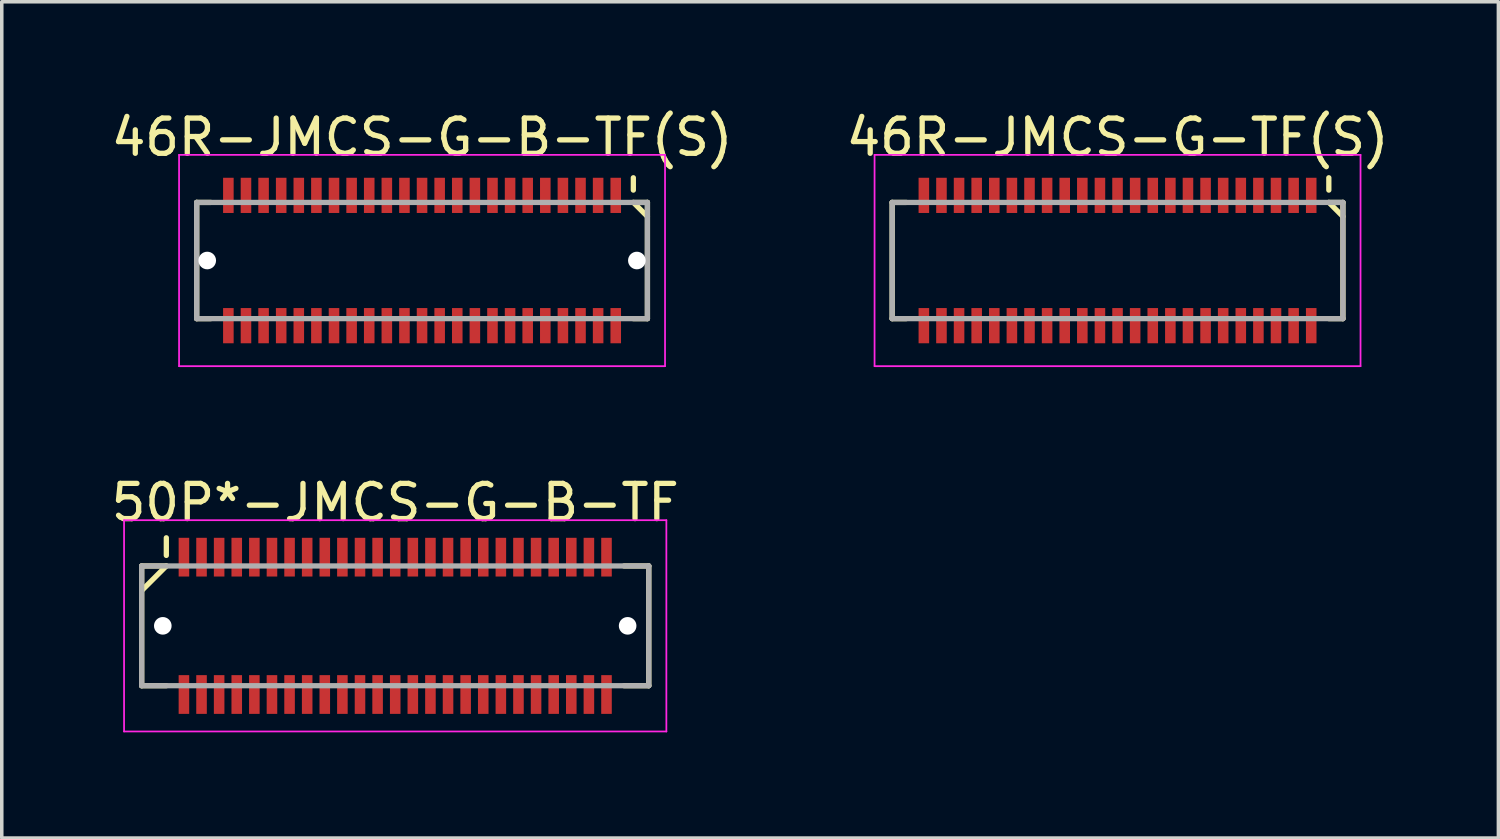
<source format=kicad_pcb>
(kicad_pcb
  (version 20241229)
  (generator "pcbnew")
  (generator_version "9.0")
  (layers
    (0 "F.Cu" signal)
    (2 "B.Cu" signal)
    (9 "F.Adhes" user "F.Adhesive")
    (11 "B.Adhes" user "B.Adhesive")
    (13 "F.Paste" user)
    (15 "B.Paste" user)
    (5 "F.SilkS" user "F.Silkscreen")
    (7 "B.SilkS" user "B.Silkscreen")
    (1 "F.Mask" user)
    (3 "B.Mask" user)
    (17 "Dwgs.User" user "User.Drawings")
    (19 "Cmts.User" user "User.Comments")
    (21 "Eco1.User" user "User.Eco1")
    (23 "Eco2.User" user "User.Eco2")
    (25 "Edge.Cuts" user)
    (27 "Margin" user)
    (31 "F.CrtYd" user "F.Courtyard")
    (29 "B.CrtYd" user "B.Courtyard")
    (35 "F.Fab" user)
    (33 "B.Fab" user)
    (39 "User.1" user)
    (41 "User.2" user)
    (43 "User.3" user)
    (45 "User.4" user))
  (footprint "50P*-JMCS-G-B-TF"
    (layer "F.Cu")
    (at 8.173 14.722)
    (property "Reference" "50P*-JMCS-G-B-TF" (at 0 -3.5 0) (layer "F.SilkS") (effects (font (size 1 1) (thickness 0.15))))
    (attr smd)
    (fp_line (start -7.2 -1.7) (end -7.2 1.7) (stroke (width 0.15) (type solid)) (layer "F.SilkS"))
    (fp_line (start -7.2 -1.7) (end -6.5 -1.7) (stroke (width 0.15) (type solid)) (layer "F.SilkS"))
    (fp_line (start -7.2 1.7) (end -6.5 1.7) (stroke (width 0.15) (type solid)) (layer "F.SilkS"))
    (fp_line (start -6.5 -2.5) (end -6.5 -2) (stroke (width 0.15) (type solid)) (layer "F.SilkS"))
    (fp_line (start -6.5 -1.7) (end -7.2 -1) (stroke (width 0.15) (type solid)) (layer "F.SilkS"))
    (fp_line (start 6.5 -1.7) (end 7.2 -1.7) (stroke (width 0.15) (type solid)) (layer "F.SilkS"))
    (fp_line (start 6.5 1.7) (end 7.2 1.7) (stroke (width 0.15) (type solid)) (layer "F.SilkS"))
    (fp_line (start 7.2 -1.7) (end 7.2 1.7) (stroke (width 0.15) (type solid)) (layer "F.SilkS"))
    (fp_line (start -7.7 -3) (end -7.7 3) (stroke (width 0.05) (type solid)) (layer "F.CrtYd"))
    (fp_line (start -7.7 -3) (end 7.7 -3) (stroke (width 0.05) (type solid)) (layer "F.CrtYd"))
    (fp_line (start -7.7 3) (end 7.7 3) (stroke (width 0.05) (type solid)) (layer "F.CrtYd"))
    (fp_line (start 7.7 -3) (end 7.7 3) (stroke (width 0.05) (type solid)) (layer "F.CrtYd"))
    (fp_line (start -7.2 -1.7) (end -7.2 1.7) (stroke (width 0.15) (type solid)) (layer "F.Fab"))
    (fp_line (start -7.2 -1.7) (end 7.2 -1.7) (stroke (width 0.15) (type solid)) (layer "F.Fab"))
    (fp_line (start -7.2 1.7) (end 7.2 1.7) (stroke (width 0.15) (type solid)) (layer "F.Fab"))
    (fp_line (start 7.2 -1.7) (end 7.2 1.7) (stroke (width 0.15) (type solid)) (layer "F.Fab"))
    (pad "" np_thru_hole circle (at -6.6 0) (size 0.5 0.5) (drill 0.5) (layers "*.Cu" "*.Mask"))
    (pad "" np_thru_hole circle (at 6.6 0) (size 0.5 0.5) (drill 0.5) (layers "*.Cu" "*.Mask"))
    (pad "1" smd rect (at -6 -1.95) (size 0.3 1.1) (layers "F.Cu" "F.Mask" "F.Paste"))
    (pad "2" smd rect (at -6 1.95) (size 0.3 1.1) (layers "F.Cu" "F.Mask" "F.Paste"))
    (pad "3" smd rect (at -5.5 -1.95) (size 0.3 1.1) (layers "F.Cu" "F.Mask" "F.Paste"))
    (pad "4" smd rect (at -5.5 1.95) (size 0.3 1.1) (layers "F.Cu" "F.Mask" "F.Paste"))
    (pad "5" smd rect (at -5 -1.95) (size 0.3 1.1) (layers "F.Cu" "F.Mask" "F.Paste"))
    (pad "6" smd rect (at -5 1.95) (size 0.3 1.1) (layers "F.Cu" "F.Mask" "F.Paste"))
    (pad "7" smd rect (at -4.5 -1.95) (size 0.3 1.1) (layers "F.Cu" "F.Mask" "F.Paste"))
    (pad "8" smd rect (at -4.5 1.95) (size 0.3 1.1) (layers "F.Cu" "F.Mask" "F.Paste"))
    (pad "9" smd rect (at -4 -1.95) (size 0.3 1.1) (layers "F.Cu" "F.Mask" "F.Paste"))
    (pad "10" smd rect (at -4 1.95) (size 0.3 1.1) (layers "F.Cu" "F.Mask" "F.Paste"))
    (pad "11" smd rect (at -3.5 -1.95) (size 0.3 1.1) (layers "F.Cu" "F.Mask" "F.Paste"))
    (pad "12" smd rect (at -3.5 1.95) (size 0.3 1.1) (layers "F.Cu" "F.Mask" "F.Paste"))
    (pad "13" smd rect (at -3 -1.95) (size 0.3 1.1) (layers "F.Cu" "F.Mask" "F.Paste"))
    (pad "14" smd rect (at -3 1.95) (size 0.3 1.1) (layers "F.Cu" "F.Mask" "F.Paste"))
    (pad "15" smd rect (at -2.5 -1.95) (size 0.3 1.1) (layers "F.Cu" "F.Mask" "F.Paste"))
    (pad "16" smd rect (at -2.5 1.95) (size 0.3 1.1) (layers "F.Cu" "F.Mask" "F.Paste"))
    (pad "17" smd rect (at -2 -1.95) (size 0.3 1.1) (layers "F.Cu" "F.Mask" "F.Paste"))
    (pad "18" smd rect (at -2 1.95) (size 0.3 1.1) (layers "F.Cu" "F.Mask" "F.Paste"))
    (pad "19" smd rect (at -1.5 -1.95) (size 0.3 1.1) (layers "F.Cu" "F.Mask" "F.Paste"))
    (pad "20" smd rect (at -1.5 1.95) (size 0.3 1.1) (layers "F.Cu" "F.Mask" "F.Paste"))
    (pad "21" smd rect (at -1 -1.95) (size 0.3 1.1) (layers "F.Cu" "F.Mask" "F.Paste"))
    (pad "22" smd rect (at -1 1.95) (size 0.3 1.1) (layers "F.Cu" "F.Mask" "F.Paste"))
    (pad "23" smd rect (at -0.5 -1.95) (size 0.3 1.1) (layers "F.Cu" "F.Mask" "F.Paste"))
    (pad "24" smd rect (at -0.5 1.95) (size 0.3 1.1) (layers "F.Cu" "F.Mask" "F.Paste"))
    (pad "25" smd rect (at 0 -1.95) (size 0.3 1.1) (layers "F.Cu" "F.Mask" "F.Paste"))
    (pad "26" smd rect (at 0 1.95) (size 0.3 1.1) (layers "F.Cu" "F.Mask" "F.Paste"))
    (pad "27" smd rect (at 0.5 -1.95) (size 0.3 1.1) (layers "F.Cu" "F.Mask" "F.Paste"))
    (pad "28" smd rect (at 0.5 1.95) (size 0.3 1.1) (layers "F.Cu" "F.Mask" "F.Paste"))
    (pad "29" smd rect (at 1 -1.95) (size 0.3 1.1) (layers "F.Cu" "F.Mask" "F.Paste"))
    (pad "30" smd rect (at 1 1.95) (size 0.3 1.1) (layers "F.Cu" "F.Mask" "F.Paste"))
    (pad "31" smd rect (at 1.5 -1.95) (size 0.3 1.1) (layers "F.Cu" "F.Mask" "F.Paste"))
    (pad "32" smd rect (at 1.5 1.95) (size 0.3 1.1) (layers "F.Cu" "F.Mask" "F.Paste"))
    (pad "33" smd rect (at 2 -1.95) (size 0.3 1.1) (layers "F.Cu" "F.Mask" "F.Paste"))
    (pad "34" smd rect (at 2 1.95) (size 0.3 1.1) (layers "F.Cu" "F.Mask" "F.Paste"))
    (pad "35" smd rect (at 2.5 -1.95) (size 0.3 1.1) (layers "F.Cu" "F.Mask" "F.Paste"))
    (pad "36" smd rect (at 2.5 1.95) (size 0.3 1.1) (layers "F.Cu" "F.Mask" "F.Paste"))
    (pad "37" smd rect (at 3 -1.95) (size 0.3 1.1) (layers "F.Cu" "F.Mask" "F.Paste"))
    (pad "38" smd rect (at 3 1.95) (size 0.3 1.1) (layers "F.Cu" "F.Mask" "F.Paste"))
    (pad "39" smd rect (at 3.5 -1.95) (size 0.3 1.1) (layers "F.Cu" "F.Mask" "F.Paste"))
    (pad "40" smd rect (at 3.5 1.95) (size 0.3 1.1) (layers "F.Cu" "F.Mask" "F.Paste"))
    (pad "41" smd rect (at 4 -1.95) (size 0.3 1.1) (layers "F.Cu" "F.Mask" "F.Paste"))
    (pad "42" smd rect (at 4 1.95) (size 0.3 1.1) (layers "F.Cu" "F.Mask" "F.Paste"))
    (pad "43" smd rect (at 4.5 -1.95) (size 0.3 1.1) (layers "F.Cu" "F.Mask" "F.Paste"))
    (pad "44" smd rect (at 4.5 1.95) (size 0.3 1.1) (layers "F.Cu" "F.Mask" "F.Paste"))
    (pad "45" smd rect (at 5 -1.95) (size 0.3 1.1) (layers "F.Cu" "F.Mask" "F.Paste"))
    (pad "46" smd rect (at 5 1.95) (size 0.3 1.1) (layers "F.Cu" "F.Mask" "F.Paste"))
    (pad "47" smd rect (at 5.5 -1.95) (size 0.3 1.1) (layers "F.Cu" "F.Mask" "F.Paste"))
    (pad "48" smd rect (at 5.5 1.95) (size 0.3 1.1) (layers "F.Cu" "F.Mask" "F.Paste"))
    (pad "49" smd rect (at 6 -1.95) (size 0.3 1.1) (layers "F.Cu" "F.Mask" "F.Paste"))
    (pad "50" smd rect (at 6 1.95) (size 0.3 1.1) (layers "F.Cu" "F.Mask" "F.Paste")))
  (footprint "46R-JMCS-G-TF(S)"
    (layer "F.Cu")
    (at 28.685 4.348)
    (property "Reference" "46R-JMCS-G-TF(S)" (at 0 -3.5 0) (layer "F.SilkS") (effects (font (size 1 1) (thickness 0.15))))
    (attr smd)
    (fp_line (start -6.4 -1.65) (end -6.4 1.65) (stroke (width 0.15) (type solid)) (layer "F.SilkS"))
    (fp_line (start -6.4 -1.65) (end -6 -1.65) (stroke (width 0.15) (type solid)) (layer "F.SilkS"))
    (fp_line (start -6.4 1.65) (end -6 1.65) (stroke (width 0.15) (type solid)) (layer "F.SilkS"))
    (fp_line (start 6 -2.35) (end 6 -2) (stroke (width 0.15) (type solid)) (layer "F.SilkS"))
    (fp_line (start 6 -1.65) (end 6.4 -1.65) (stroke (width 0.15) (type solid)) (layer "F.SilkS"))
    (fp_line (start 6 -1.65) (end 6.4 -1.25) (stroke (width 0.15) (type solid)) (layer "F.SilkS"))
    (fp_line (start 6 1.65) (end 6.4 1.65) (stroke (width 0.15) (type solid)) (layer "F.SilkS"))
    (fp_line (start 6.4 -1.65) (end 6.4 1.65) (stroke (width 0.15) (type solid)) (layer "F.SilkS"))
    (fp_line (start -6.9 -3) (end -6.9 3) (stroke (width 0.05) (type solid)) (layer "F.CrtYd"))
    (fp_line (start -6.9 -3) (end 6.9 -3) (stroke (width 0.05) (type solid)) (layer "F.CrtYd"))
    (fp_line (start -6.9 3) (end 6.9 3) (stroke (width 0.05) (type solid)) (layer "F.CrtYd"))
    (fp_line (start 6.9 -3) (end 6.9 3) (stroke (width 0.05) (type solid)) (layer "F.CrtYd"))
    (fp_line (start -6.4 -1.65) (end -6.4 1.65) (stroke (width 0.15) (type solid)) (layer "F.Fab"))
    (fp_line (start -6.4 -1.65) (end 6.4 -1.65) (stroke (width 0.15) (type solid)) (layer "F.Fab"))
    (fp_line (start -6.4 1.65) (end 6.4 1.65) (stroke (width 0.15) (type solid)) (layer "F.Fab"))
    (fp_line (start 6.4 -1.65) (end 6.4 1.65) (stroke (width 0.15) (type solid)) (layer "F.Fab"))
    (pad "1" smd rect (at 5.5 -1.85) (size 0.3 1) (layers "F.Cu" "F.Mask" "F.Paste"))
    (pad "2" smd rect (at 5.5 1.85) (size 0.3 1) (layers "F.Cu" "F.Mask" "F.Paste"))
    (pad "3" smd rect (at 5 -1.85) (size 0.3 1) (layers "F.Cu" "F.Mask" "F.Paste"))
    (pad "4" smd rect (at 5 1.85) (size 0.3 1) (layers "F.Cu" "F.Mask" "F.Paste"))
    (pad "5" smd rect (at 4.5 -1.85) (size 0.3 1) (layers "F.Cu" "F.Mask" "F.Paste"))
    (pad "6" smd rect (at 4.5 1.85) (size 0.3 1) (layers "F.Cu" "F.Mask" "F.Paste"))
    (pad "7" smd rect (at 4 -1.85) (size 0.3 1) (layers "F.Cu" "F.Mask" "F.Paste"))
    (pad "8" smd rect (at 4 1.85) (size 0.3 1) (layers "F.Cu" "F.Mask" "F.Paste"))
    (pad "9" smd rect (at 3.5 -1.85) (size 0.3 1) (layers "F.Cu" "F.Mask" "F.Paste"))
    (pad "10" smd rect (at 3.5 1.85) (size 0.3 1) (layers "F.Cu" "F.Mask" "F.Paste"))
    (pad "11" smd rect (at 3 -1.85) (size 0.3 1) (layers "F.Cu" "F.Mask" "F.Paste"))
    (pad "12" smd rect (at 3 1.85) (size 0.3 1) (layers "F.Cu" "F.Mask" "F.Paste"))
    (pad "13" smd rect (at 2.5 -1.85) (size 0.3 1) (layers "F.Cu" "F.Mask" "F.Paste"))
    (pad "14" smd rect (at 2.5 1.85) (size 0.3 1) (layers "F.Cu" "F.Mask" "F.Paste"))
    (pad "15" smd rect (at 2 -1.85) (size 0.3 1) (layers "F.Cu" "F.Mask" "F.Paste"))
    (pad "16" smd rect (at 2 1.85) (size 0.3 1) (layers "F.Cu" "F.Mask" "F.Paste"))
    (pad "17" smd rect (at 1.5 -1.85) (size 0.3 1) (layers "F.Cu" "F.Mask" "F.Paste"))
    (pad "18" smd rect (at 1.5 1.85) (size 0.3 1) (layers "F.Cu" "F.Mask" "F.Paste"))
    (pad "19" smd rect (at 1 -1.85) (size 0.3 1) (layers "F.Cu" "F.Mask" "F.Paste"))
    (pad "20" smd rect (at 1 1.85) (size 0.3 1) (layers "F.Cu" "F.Mask" "F.Paste"))
    (pad "21" smd rect (at 0.5 -1.85) (size 0.3 1) (layers "F.Cu" "F.Mask" "F.Paste"))
    (pad "22" smd rect (at 0.5 1.85) (size 0.3 1) (layers "F.Cu" "F.Mask" "F.Paste"))
    (pad "23" smd rect (at 0 -1.85) (size 0.3 1) (layers "F.Cu" "F.Mask" "F.Paste"))
    (pad "24" smd rect (at 0 1.85) (size 0.3 1) (layers "F.Cu" "F.Mask" "F.Paste"))
    (pad "25" smd rect (at -0.5 -1.85) (size 0.3 1) (layers "F.Cu" "F.Mask" "F.Paste"))
    (pad "26" smd rect (at -0.5 1.85) (size 0.3 1) (layers "F.Cu" "F.Mask" "F.Paste"))
    (pad "27" smd rect (at -1 -1.85) (size 0.3 1) (layers "F.Cu" "F.Mask" "F.Paste"))
    (pad "28" smd rect (at -1 1.85) (size 0.3 1) (layers "F.Cu" "F.Mask" "F.Paste"))
    (pad "29" smd rect (at -1.5 -1.85) (size 0.3 1) (layers "F.Cu" "F.Mask" "F.Paste"))
    (pad "30" smd rect (at -1.5 1.85) (size 0.3 1) (layers "F.Cu" "F.Mask" "F.Paste"))
    (pad "31" smd rect (at -2 -1.85) (size 0.3 1) (layers "F.Cu" "F.Mask" "F.Paste"))
    (pad "32" smd rect (at -2 1.85) (size 0.3 1) (layers "F.Cu" "F.Mask" "F.Paste"))
    (pad "33" smd rect (at -2.5 -1.85) (size 0.3 1) (layers "F.Cu" "F.Mask" "F.Paste"))
    (pad "34" smd rect (at -2.5 1.85) (size 0.3 1) (layers "F.Cu" "F.Mask" "F.Paste"))
    (pad "35" smd rect (at -3 -1.85) (size 0.3 1) (layers "F.Cu" "F.Mask" "F.Paste"))
    (pad "36" smd rect (at -3 1.85) (size 0.3 1) (layers "F.Cu" "F.Mask" "F.Paste"))
    (pad "37" smd rect (at -3.5 -1.85) (size 0.3 1) (layers "F.Cu" "F.Mask" "F.Paste"))
    (pad "38" smd rect (at -3.5 1.85) (size 0.3 1) (layers "F.Cu" "F.Mask" "F.Paste"))
    (pad "39" smd rect (at -4 -1.85) (size 0.3 1) (layers "F.Cu" "F.Mask" "F.Paste"))
    (pad "40" smd rect (at -4 1.85) (size 0.3 1) (layers "F.Cu" "F.Mask" "F.Paste"))
    (pad "41" smd rect (at -4.5 -1.85) (size 0.3 1) (layers "F.Cu" "F.Mask" "F.Paste"))
    (pad "42" smd rect (at -4.5 1.85) (size 0.3 1) (layers "F.Cu" "F.Mask" "F.Paste"))
    (pad "43" smd rect (at -5 -1.85) (size 0.3 1) (layers "F.Cu" "F.Mask" "F.Paste"))
    (pad "44" smd rect (at -5 1.85) (size 0.3 1) (layers "F.Cu" "F.Mask" "F.Paste"))
    (pad "45" smd rect (at -5.5 -1.85) (size 0.3 1) (layers "F.Cu" "F.Mask" "F.Paste"))
    (pad "46" smd rect (at -5.5 1.85) (size 0.3 1) (layers "F.Cu" "F.Mask" "F.Paste")))
  (footprint "46R-JMCS-G-B-TF(S)"
    (layer "F.Cu")
    (at 8.935 4.348)
    (property "Reference" "46R-JMCS-G-B-TF(S)" (at 0 -3.5 0) (layer "F.SilkS") (effects (font (size 1 1) (thickness 0.15))))
    (attr smd)
    (fp_line (start -6.4 -1.65) (end -6.4 1.65) (stroke (width 0.15) (type solid)) (layer "F.SilkS"))
    (fp_line (start -6.4 -1.65) (end -6 -1.65) (stroke (width 0.15) (type solid)) (layer "F.SilkS"))
    (fp_line (start -6.4 1.65) (end -6 1.65) (stroke (width 0.15) (type solid)) (layer "F.SilkS"))
    (fp_line (start 6 -2.35) (end 6 -2) (stroke (width 0.15) (type solid)) (layer "F.SilkS"))
    (fp_line (start 6 -1.65) (end 6.4 -1.65) (stroke (width 0.15) (type solid)) (layer "F.SilkS"))
    (fp_line (start 6 -1.65) (end 6.4 -1.25) (stroke (width 0.15) (type solid)) (layer "F.SilkS"))
    (fp_line (start 6 1.65) (end 6.4 1.65) (stroke (width 0.15) (type solid)) (layer "F.SilkS"))
    (fp_line (start 6.4 -1.65) (end 6.4 1.65) (stroke (width 0.15) (type solid)) (layer "F.SilkS"))
    (fp_line (start -6.9 -3) (end -6.9 3) (stroke (width 0.05) (type solid)) (layer "F.CrtYd"))
    (fp_line (start -6.9 -3) (end 6.9 -3) (stroke (width 0.05) (type solid)) (layer "F.CrtYd"))
    (fp_line (start -6.9 3) (end 6.9 3) (stroke (width 0.05) (type solid)) (layer "F.CrtYd"))
    (fp_line (start 6.9 -3) (end 6.9 3) (stroke (width 0.05) (type solid)) (layer "F.CrtYd"))
    (fp_line (start -6.4 -1.65) (end -6.4 1.65) (stroke (width 0.15) (type solid)) (layer "F.Fab"))
    (fp_line (start -6.4 -1.65) (end 6.4 -1.65) (stroke (width 0.15) (type solid)) (layer "F.Fab"))
    (fp_line (start -6.4 1.65) (end 6.4 1.65) (stroke (width 0.15) (type solid)) (layer "F.Fab"))
    (fp_line (start 6.4 -1.65) (end 6.4 1.65) (stroke (width 0.15) (type solid)) (layer "F.Fab"))
    (pad "" np_thru_hole circle (at -6.1 0) (size 0.5 0.5) (drill 0.5) (layers "*.Cu" "*.Mask"))
    (pad "" np_thru_hole circle (at 6.1 0) (size 0.5 0.5) (drill 0.5) (layers "*.Cu" "*.Mask"))
    (pad "1" smd rect (at 5.5 -1.85) (size 0.3 1) (layers "F.Cu" "F.Mask" "F.Paste"))
    (pad "2" smd rect (at 5.5 1.85) (size 0.3 1) (layers "F.Cu" "F.Mask" "F.Paste"))
    (pad "3" smd rect (at 5 -1.85) (size 0.3 1) (layers "F.Cu" "F.Mask" "F.Paste"))
    (pad "4" smd rect (at 5 1.85) (size 0.3 1) (layers "F.Cu" "F.Mask" "F.Paste"))
    (pad "5" smd rect (at 4.5 -1.85) (size 0.3 1) (layers "F.Cu" "F.Mask" "F.Paste"))
    (pad "6" smd rect (at 4.5 1.85) (size 0.3 1) (layers "F.Cu" "F.Mask" "F.Paste"))
    (pad "7" smd rect (at 4 -1.85) (size 0.3 1) (layers "F.Cu" "F.Mask" "F.Paste"))
    (pad "8" smd rect (at 4 1.85) (size 0.3 1) (layers "F.Cu" "F.Mask" "F.Paste"))
    (pad "9" smd rect (at 3.5 -1.85) (size 0.3 1) (layers "F.Cu" "F.Mask" "F.Paste"))
    (pad "10" smd rect (at 3.5 1.85) (size 0.3 1) (layers "F.Cu" "F.Mask" "F.Paste"))
    (pad "11" smd rect (at 3 -1.85) (size 0.3 1) (layers "F.Cu" "F.Mask" "F.Paste"))
    (pad "12" smd rect (at 3 1.85) (size 0.3 1) (layers "F.Cu" "F.Mask" "F.Paste"))
    (pad "13" smd rect (at 2.5 -1.85) (size 0.3 1) (layers "F.Cu" "F.Mask" "F.Paste"))
    (pad "14" smd rect (at 2.5 1.85) (size 0.3 1) (layers "F.Cu" "F.Mask" "F.Paste"))
    (pad "15" smd rect (at 2 -1.85) (size 0.3 1) (layers "F.Cu" "F.Mask" "F.Paste"))
    (pad "16" smd rect (at 2 1.85) (size 0.3 1) (layers "F.Cu" "F.Mask" "F.Paste"))
    (pad "17" smd rect (at 1.5 -1.85) (size 0.3 1) (layers "F.Cu" "F.Mask" "F.Paste"))
    (pad "18" smd rect (at 1.5 1.85) (size 0.3 1) (layers "F.Cu" "F.Mask" "F.Paste"))
    (pad "19" smd rect (at 1 -1.85) (size 0.3 1) (layers "F.Cu" "F.Mask" "F.Paste"))
    (pad "20" smd rect (at 1 1.85) (size 0.3 1) (layers "F.Cu" "F.Mask" "F.Paste"))
    (pad "21" smd rect (at 0.5 -1.85) (size 0.3 1) (layers "F.Cu" "F.Mask" "F.Paste"))
    (pad "22" smd rect (at 0.5 1.85) (size 0.3 1) (layers "F.Cu" "F.Mask" "F.Paste"))
    (pad "23" smd rect (at 0 -1.85) (size 0.3 1) (layers "F.Cu" "F.Mask" "F.Paste"))
    (pad "24" smd rect (at 0 1.85) (size 0.3 1) (layers "F.Cu" "F.Mask" "F.Paste"))
    (pad "25" smd rect (at -0.5 -1.85) (size 0.3 1) (layers "F.Cu" "F.Mask" "F.Paste"))
    (pad "26" smd rect (at -0.5 1.85) (size 0.3 1) (layers "F.Cu" "F.Mask" "F.Paste"))
    (pad "27" smd rect (at -1 -1.85) (size 0.3 1) (layers "F.Cu" "F.Mask" "F.Paste"))
    (pad "28" smd rect (at -1 1.85) (size 0.3 1) (layers "F.Cu" "F.Mask" "F.Paste"))
    (pad "29" smd rect (at -1.5 -1.85) (size 0.3 1) (layers "F.Cu" "F.Mask" "F.Paste"))
    (pad "30" smd rect (at -1.5 1.85) (size 0.3 1) (layers "F.Cu" "F.Mask" "F.Paste"))
    (pad "31" smd rect (at -2 -1.85) (size 0.3 1) (layers "F.Cu" "F.Mask" "F.Paste"))
    (pad "32" smd rect (at -2 1.85) (size 0.3 1) (layers "F.Cu" "F.Mask" "F.Paste"))
    (pad "33" smd rect (at -2.5 -1.85) (size 0.3 1) (layers "F.Cu" "F.Mask" "F.Paste"))
    (pad "34" smd rect (at -2.5 1.85) (size 0.3 1) (layers "F.Cu" "F.Mask" "F.Paste"))
    (pad "35" smd rect (at -3 -1.85) (size 0.3 1) (layers "F.Cu" "F.Mask" "F.Paste"))
    (pad "36" smd rect (at -3 1.85) (size 0.3 1) (layers "F.Cu" "F.Mask" "F.Paste"))
    (pad "37" smd rect (at -3.5 -1.85) (size 0.3 1) (layers "F.Cu" "F.Mask" "F.Paste"))
    (pad "38" smd rect (at -3.5 1.85) (size 0.3 1) (layers "F.Cu" "F.Mask" "F.Paste"))
    (pad "39" smd rect (at -4 -1.85) (size 0.3 1) (layers "F.Cu" "F.Mask" "F.Paste"))
    (pad "40" smd rect (at -4 1.85) (size 0.3 1) (layers "F.Cu" "F.Mask" "F.Paste"))
    (pad "41" smd rect (at -4.5 -1.85) (size 0.3 1) (layers "F.Cu" "F.Mask" "F.Paste"))
    (pad "42" smd rect (at -4.5 1.85) (size 0.3 1) (layers "F.Cu" "F.Mask" "F.Paste"))
    (pad "43" smd rect (at -5 -1.85) (size 0.3 1) (layers "F.Cu" "F.Mask" "F.Paste"))
    (pad "44" smd rect (at -5 1.85) (size 0.3 1) (layers "F.Cu" "F.Mask" "F.Paste"))
    (pad "45" smd rect (at -5.5 -1.85) (size 0.3 1) (layers "F.Cu" "F.Mask" "F.Paste"))
    (pad "46" smd rect (at -5.5 1.85) (size 0.3 1) (layers "F.Cu" "F.Mask" "F.Paste")))
  (gr_rect
    (start -3 -3)
    (end 39.5 20.747)
    (stroke (width 0.1) (type default))
    (fill no)
    (layer "Edge.Cuts")))
</source>
